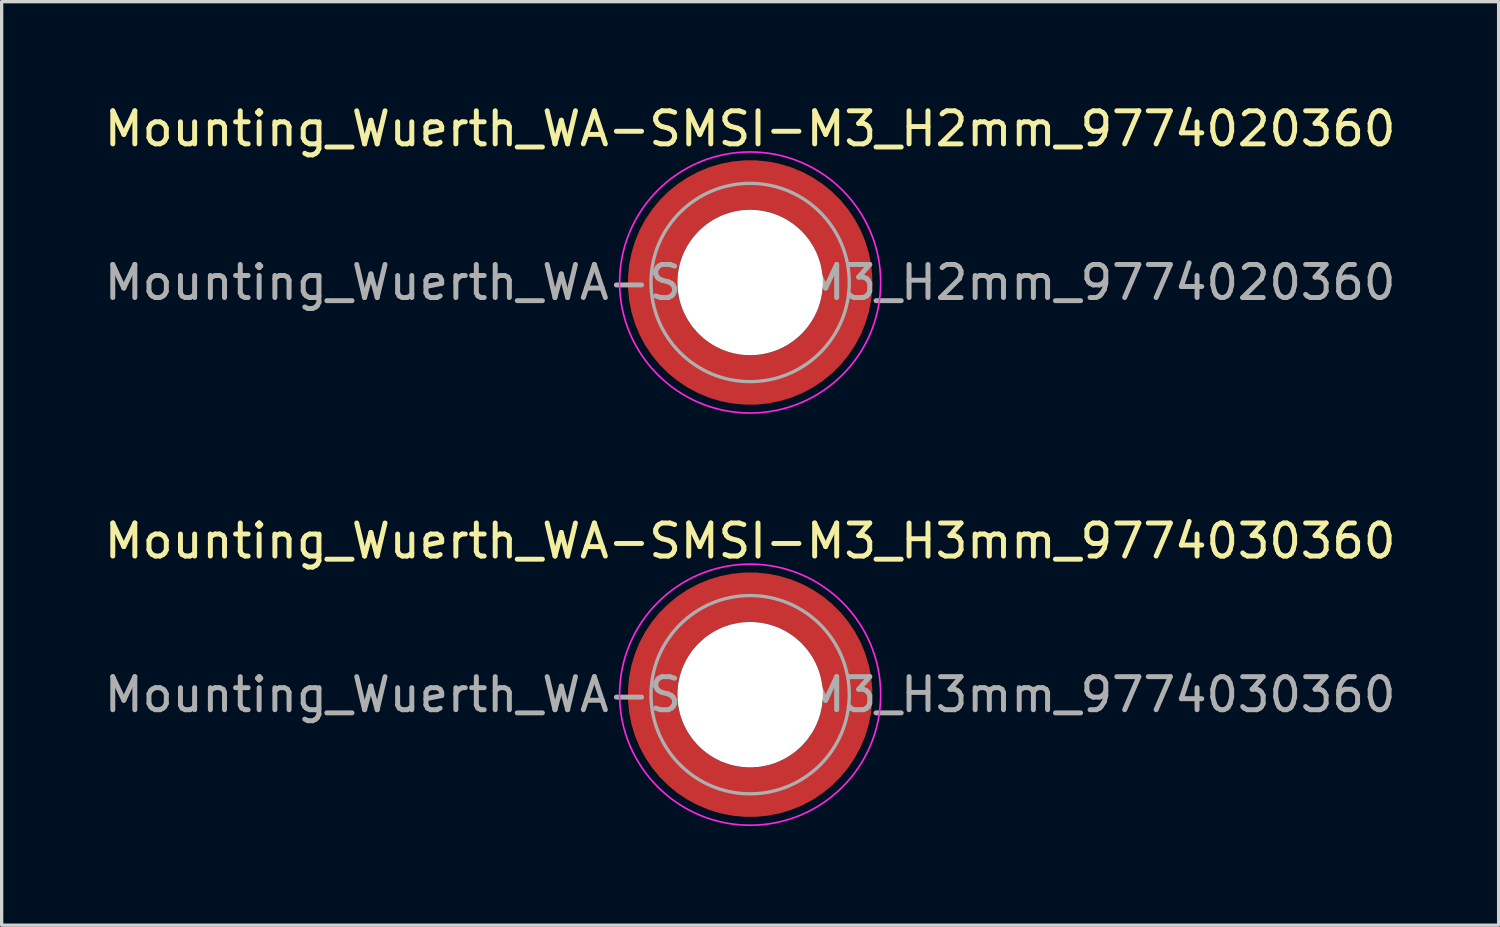
<source format=kicad_pcb>
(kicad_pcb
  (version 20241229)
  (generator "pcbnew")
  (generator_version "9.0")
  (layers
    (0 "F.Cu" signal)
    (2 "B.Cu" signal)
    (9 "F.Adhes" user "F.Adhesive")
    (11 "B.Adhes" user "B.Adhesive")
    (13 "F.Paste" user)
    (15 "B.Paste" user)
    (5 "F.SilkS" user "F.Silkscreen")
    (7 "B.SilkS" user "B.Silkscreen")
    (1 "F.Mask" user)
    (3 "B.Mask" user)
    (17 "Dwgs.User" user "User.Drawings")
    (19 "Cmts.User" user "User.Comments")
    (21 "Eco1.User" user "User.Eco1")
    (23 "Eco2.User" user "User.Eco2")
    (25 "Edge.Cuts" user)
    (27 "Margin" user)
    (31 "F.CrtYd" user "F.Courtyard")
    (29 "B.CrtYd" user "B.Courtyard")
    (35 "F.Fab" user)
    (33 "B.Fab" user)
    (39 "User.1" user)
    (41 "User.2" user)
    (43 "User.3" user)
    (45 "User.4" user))
  (footprint "Mounting_Wuerth_WA-SMSI-M3_H2mm_9774020360"
    (layer "F.Cu")
    (at 19.649 5.498)
    (property "Reference" "Mounting_Wuerth_WA-SMSI-M3_H2mm_9774020360" (at 0 -4.65 0) (layer "F.SilkS") (effects (font (size 1 1) (thickness 0.15))))
    (attr smd)
    (fp_circle (center 0 0) (end 3.95 0) (stroke (width 0.05) (type solid)) (fill no) (layer "F.CrtYd"))
    (fp_circle (center 0 0) (end 3 0) (stroke (width 0.1) (type solid)) (fill no) (layer "F.Fab"))
    (fp_text user "${REFERENCE}" (at 0 0 0) (layer "F.Fab") (effects (font (size 1 1) (thickness 0.15))))
    (pad "" smd custom (at -2.058 -2.058) (size 0.7 0.7) (layers "F.Paste") (options (anchor circle)) (primitives (gr_arc (start -0.377294 1.707681) (mid 0.317579 0.318817) (end 1.705947 -0.377044) (width 0.2)) (gr_arc (start -0.478281 1.707681) (mid 0.246161 0.248814) (end 1.703965 -0.477765) (width 0.2)) (gr_arc (start -0.579192 1.707681) (mid 0.175492 0.178063) (end 1.704077 -0.578711) (width 0.2)) (gr_arc (start -0.680037 1.707681) (mid 0.105568 0.106564) (end 1.706284 -0.679858) (width 0.2)) (gr_arc (start -0.780822 1.707681) (mid 0.034627 0.036085) (end 1.705634 -0.780569) (width 0.2)) (gr_arc (start -0.881554 1.707681) (mid -0.035694 -0.035016) (end 1.706729 -0.881441) (width 0.2)) (gr_arc (start -0.982237 1.707681) (mid -0.107281 -0.10485) (end 1.704266 -0.981842) (width 0.2)) (gr_arc (start -1.082877 1.707681) (mid -0.178372 -0.175181) (end 1.703197 -1.082374) (width 0.2)) (gr_arc (start -1.183476 1.707681) (mid -0.248964 -0.246008) (end 1.703525 -1.183025) (width 0.2)) (gr_arc (start -1.28404 1.707681) (mid -0.319062 -0.317333) (end 1.70525 -1.283784) (width 0.2)) (gr_line (start 1.708 -0.377) (end 1.708 -1.284) (width 0.2)) (gr_line (start -0.377 1.708) (end -1.284 1.708) (width 0.2))))
    (pad "" smd custom (at -2.058 2.058) (size 0.7 0.7) (layers "F.Paste") (options (anchor circle)) (primitives (gr_arc (start 1.707681 0.377294) (mid 0.318817 -0.317579) (end -0.377044 -1.705947) (width 0.2)) (gr_arc (start 1.707681 0.478281) (mid 0.248814 -0.246161) (end -0.477765 -1.703965) (width 0.2)) (gr_arc (start 1.707681 0.579192) (mid 0.178063 -0.175492) (end -0.578711 -1.704077) (width 0.2)) (gr_arc (start 1.707681 0.680037) (mid 0.106564 -0.105568) (end -0.679858 -1.706284) (width 0.2)) (gr_arc (start 1.707681 0.780822) (mid 0.036085 -0.034627) (end -0.780569 -1.705634) (width 0.2)) (gr_arc (start 1.707681 0.881554) (mid -0.035016 0.035694) (end -0.881441 -1.706729) (width 0.2)) (gr_arc (start 1.707681 0.982237) (mid -0.10485 0.107281) (end -0.981842 -1.704266) (width 0.2)) (gr_arc (start 1.707681 1.082877) (mid -0.175181 0.178372) (end -1.082374 -1.703197) (width 0.2)) (gr_arc (start 1.707681 1.183476) (mid -0.246008 0.248964) (end -1.183025 -1.703525) (width 0.2)) (gr_arc (start 1.707681 1.28404) (mid -0.317333 0.319062) (end -1.283784 -1.70525) (width 0.2)) (gr_line (start -0.377 -1.708) (end -1.284 -1.708) (width 0.2)) (gr_line (start 1.708 0.377) (end 1.708 1.284) (width 0.2))))
    (pad "" np_thru_hole circle (at 0 0) (size 4.4 4.4) (drill 4.4) (layers "*.Cu" "*.Mask"))
    (pad "" smd custom (at 2.058 -2.058) (size 0.7 0.7) (layers "F.Paste") (options (anchor circle)) (primitives (gr_arc (start -1.707681 -0.377294) (mid -0.318817 0.317579) (end 0.377044 1.705947) (width 0.2)) (gr_arc (start -1.707681 -0.478281) (mid -0.248814 0.246161) (end 0.477765 1.703965) (width 0.2)) (gr_arc (start -1.707681 -0.579192) (mid -0.178063 0.175492) (end 0.578711 1.704077) (width 0.2)) (gr_arc (start -1.707681 -0.680037) (mid -0.106564 0.105568) (end 0.679858 1.706284) (width 0.2)) (gr_arc (start -1.707681 -0.780822) (mid -0.036085 0.034627) (end 0.780569 1.705634) (width 0.2)) (gr_arc (start -1.707681 -0.881554) (mid 0.035016 -0.035694) (end 0.881441 1.706729) (width 0.2)) (gr_arc (start -1.707681 -0.982237) (mid 0.10485 -0.107281) (end 0.981842 1.704266) (width 0.2)) (gr_arc (start -1.707681 -1.082877) (mid 0.175181 -0.178372) (end 1.082374 1.703197) (width 0.2)) (gr_arc (start -1.707681 -1.183476) (mid 0.246008 -0.248964) (end 1.183025 1.703525) (width 0.2)) (gr_arc (start -1.707681 -1.28404) (mid 0.317333 -0.319062) (end 1.283784 1.70525) (width 0.2)) (gr_line (start 0.377 1.708) (end 1.284 1.708) (width 0.2)) (gr_line (start -1.708 -0.377) (end -1.708 -1.284) (width 0.2))))
    (pad "" smd custom (at 2.058 2.058) (size 0.7 0.7) (layers "F.Paste") (options (anchor circle)) (primitives (gr_arc (start 0.377294 -1.707681) (mid -0.317579 -0.318817) (end -1.705947 0.377044) (width 0.2)) (gr_arc (start 0.478281 -1.707681) (mid -0.246161 -0.248814) (end -1.703965 0.477765) (width 0.2)) (gr_arc (start 0.579192 -1.707681) (mid -0.175492 -0.178063) (end -1.704077 0.578711) (width 0.2)) (gr_arc (start 0.680037 -1.707681) (mid -0.105568 -0.106564) (end -1.706284 0.679858) (width 0.2)) (gr_arc (start 0.780822 -1.707681) (mid -0.034627 -0.036085) (end -1.705634 0.780569) (width 0.2)) (gr_arc (start 0.881554 -1.707681) (mid 0.035694 0.035016) (end -1.706729 0.881441) (width 0.2)) (gr_arc (start 0.982237 -1.707681) (mid 0.107281 0.10485) (end -1.704266 0.981842) (width 0.2)) (gr_arc (start 1.082877 -1.707681) (mid 0.178372 0.175181) (end -1.703197 1.082374) (width 0.2)) (gr_arc (start 1.183476 -1.707681) (mid 0.248964 0.246008) (end -1.703525 1.183025) (width 0.2)) (gr_arc (start 1.28404 -1.707681) (mid 0.319062 0.317333) (end -1.70525 1.283784) (width 0.2)) (gr_line (start -1.708 0.377) (end -1.708 1.284) (width 0.2)) (gr_line (start 0.377 -1.708) (end 1.284 -1.708) (width 0.2))))
    (pad "1" smd circle (at -2.95 0) (size 1.1 1.1) (layers "F.Cu"))
    (pad "1" smd circle (at 0 -2.95) (size 1.1 1.1) (layers "F.Cu"))
    (pad "1" smd circle (at 0 2.95) (size 1.1 1.1) (layers "F.Cu"))
    (pad "1" smd custom (at 2.95 0) (size 1.1 1.1) (layers "F.Cu" "F.Mask") (options (anchor circle)) (primitives (gr_circle (center -2.95 0) (end 0 0) (width 1.5) (fill no)))))
  (footprint "Mounting_Wuerth_WA-SMSI-M3_H3mm_9774030360"
    (layer "F.Cu")
    (at 19.649 17.971)
    (property "Reference" "Mounting_Wuerth_WA-SMSI-M3_H3mm_9774030360" (at 0 -4.65 0) (layer "F.SilkS") (effects (font (size 1 1) (thickness 0.15))))
    (attr smd)
    (fp_circle (center 0 0) (end 3.95 0) (stroke (width 0.05) (type solid)) (fill no) (layer "F.CrtYd"))
    (fp_circle (center 0 0) (end 3 0) (stroke (width 0.1) (type solid)) (fill no) (layer "F.Fab"))
    (fp_text user "${REFERENCE}" (at 0 0 0) (layer "F.Fab") (effects (font (size 1 1) (thickness 0.15))))
    (pad "" smd custom (at -2.058 -2.058) (size 0.7 0.7) (layers "F.Paste") (options (anchor circle)) (primitives (gr_arc (start -0.377294 1.707681) (mid 0.317579 0.318817) (end 1.705947 -0.377044) (width 0.2)) (gr_arc (start -0.478281 1.707681) (mid 0.246161 0.248814) (end 1.703965 -0.477765) (width 0.2)) (gr_arc (start -0.579192 1.707681) (mid 0.175492 0.178063) (end 1.704077 -0.578711) (width 0.2)) (gr_arc (start -0.680037 1.707681) (mid 0.105568 0.106564) (end 1.706284 -0.679858) (width 0.2)) (gr_arc (start -0.780822 1.707681) (mid 0.034627 0.036085) (end 1.705634 -0.780569) (width 0.2)) (gr_arc (start -0.881554 1.707681) (mid -0.035694 -0.035016) (end 1.706729 -0.881441) (width 0.2)) (gr_arc (start -0.982237 1.707681) (mid -0.107281 -0.10485) (end 1.704266 -0.981842) (width 0.2)) (gr_arc (start -1.082877 1.707681) (mid -0.178372 -0.175181) (end 1.703197 -1.082374) (width 0.2)) (gr_arc (start -1.183476 1.707681) (mid -0.248964 -0.246008) (end 1.703525 -1.183025) (width 0.2)) (gr_arc (start -1.28404 1.707681) (mid -0.319062 -0.317333) (end 1.70525 -1.283784) (width 0.2)) (gr_line (start 1.708 -0.377) (end 1.708 -1.284) (width 0.2)) (gr_line (start -0.377 1.708) (end -1.284 1.708) (width 0.2))))
    (pad "" smd custom (at -2.058 2.058) (size 0.7 0.7) (layers "F.Paste") (options (anchor circle)) (primitives (gr_arc (start 1.707681 0.377294) (mid 0.318817 -0.317579) (end -0.377044 -1.705947) (width 0.2)) (gr_arc (start 1.707681 0.478281) (mid 0.248814 -0.246161) (end -0.477765 -1.703965) (width 0.2)) (gr_arc (start 1.707681 0.579192) (mid 0.178063 -0.175492) (end -0.578711 -1.704077) (width 0.2)) (gr_arc (start 1.707681 0.680037) (mid 0.106564 -0.105568) (end -0.679858 -1.706284) (width 0.2)) (gr_arc (start 1.707681 0.780822) (mid 0.036085 -0.034627) (end -0.780569 -1.705634) (width 0.2)) (gr_arc (start 1.707681 0.881554) (mid -0.035016 0.035694) (end -0.881441 -1.706729) (width 0.2)) (gr_arc (start 1.707681 0.982237) (mid -0.10485 0.107281) (end -0.981842 -1.704266) (width 0.2)) (gr_arc (start 1.707681 1.082877) (mid -0.175181 0.178372) (end -1.082374 -1.703197) (width 0.2)) (gr_arc (start 1.707681 1.183476) (mid -0.246008 0.248964) (end -1.183025 -1.703525) (width 0.2)) (gr_arc (start 1.707681 1.28404) (mid -0.317333 0.319062) (end -1.283784 -1.70525) (width 0.2)) (gr_line (start -0.377 -1.708) (end -1.284 -1.708) (width 0.2)) (gr_line (start 1.708 0.377) (end 1.708 1.284) (width 0.2))))
    (pad "" np_thru_hole circle (at 0 0) (size 4.4 4.4) (drill 4.4) (layers "*.Cu" "*.Mask"))
    (pad "" smd custom (at 2.058 -2.058) (size 0.7 0.7) (layers "F.Paste") (options (anchor circle)) (primitives (gr_arc (start -1.707681 -0.377294) (mid -0.318817 0.317579) (end 0.377044 1.705947) (width 0.2)) (gr_arc (start -1.707681 -0.478281) (mid -0.248814 0.246161) (end 0.477765 1.703965) (width 0.2)) (gr_arc (start -1.707681 -0.579192) (mid -0.178063 0.175492) (end 0.578711 1.704077) (width 0.2)) (gr_arc (start -1.707681 -0.680037) (mid -0.106564 0.105568) (end 0.679858 1.706284) (width 0.2)) (gr_arc (start -1.707681 -0.780822) (mid -0.036085 0.034627) (end 0.780569 1.705634) (width 0.2)) (gr_arc (start -1.707681 -0.881554) (mid 0.035016 -0.035694) (end 0.881441 1.706729) (width 0.2)) (gr_arc (start -1.707681 -0.982237) (mid 0.10485 -0.107281) (end 0.981842 1.704266) (width 0.2)) (gr_arc (start -1.707681 -1.082877) (mid 0.175181 -0.178372) (end 1.082374 1.703197) (width 0.2)) (gr_arc (start -1.707681 -1.183476) (mid 0.246008 -0.248964) (end 1.183025 1.703525) (width 0.2)) (gr_arc (start -1.707681 -1.28404) (mid 0.317333 -0.319062) (end 1.283784 1.70525) (width 0.2)) (gr_line (start 0.377 1.708) (end 1.284 1.708) (width 0.2)) (gr_line (start -1.708 -0.377) (end -1.708 -1.284) (width 0.2))))
    (pad "" smd custom (at 2.058 2.058) (size 0.7 0.7) (layers "F.Paste") (options (anchor circle)) (primitives (gr_arc (start 0.377294 -1.707681) (mid -0.317579 -0.318817) (end -1.705947 0.377044) (width 0.2)) (gr_arc (start 0.478281 -1.707681) (mid -0.246161 -0.248814) (end -1.703965 0.477765) (width 0.2)) (gr_arc (start 0.579192 -1.707681) (mid -0.175492 -0.178063) (end -1.704077 0.578711) (width 0.2)) (gr_arc (start 0.680037 -1.707681) (mid -0.105568 -0.106564) (end -1.706284 0.679858) (width 0.2)) (gr_arc (start 0.780822 -1.707681) (mid -0.034627 -0.036085) (end -1.705634 0.780569) (width 0.2)) (gr_arc (start 0.881554 -1.707681) (mid 0.035694 0.035016) (end -1.706729 0.881441) (width 0.2)) (gr_arc (start 0.982237 -1.707681) (mid 0.107281 0.10485) (end -1.704266 0.981842) (width 0.2)) (gr_arc (start 1.082877 -1.707681) (mid 0.178372 0.175181) (end -1.703197 1.082374) (width 0.2)) (gr_arc (start 1.183476 -1.707681) (mid 0.248964 0.246008) (end -1.703525 1.183025) (width 0.2)) (gr_arc (start 1.28404 -1.707681) (mid 0.319062 0.317333) (end -1.70525 1.283784) (width 0.2)) (gr_line (start -1.708 0.377) (end -1.708 1.284) (width 0.2)) (gr_line (start 0.377 -1.708) (end 1.284 -1.708) (width 0.2))))
    (pad "1" smd circle (at -2.95 0) (size 1.1 1.1) (layers "F.Cu"))
    (pad "1" smd circle (at 0 -2.95) (size 1.1 1.1) (layers "F.Cu"))
    (pad "1" smd circle (at 0 2.95) (size 1.1 1.1) (layers "F.Cu"))
    (pad "1" smd custom (at 2.95 0) (size 1.1 1.1) (layers "F.Cu" "F.Mask") (options (anchor circle)) (primitives (gr_circle (center -2.95 0) (end 0 0) (width 1.5) (fill no)))))
  (gr_rect
    (start -3 -3)
    (end 42.298 24.947)
    (stroke (width 0.1) (type default))
    (fill no)
    (layer "Edge.Cuts")))
</source>
